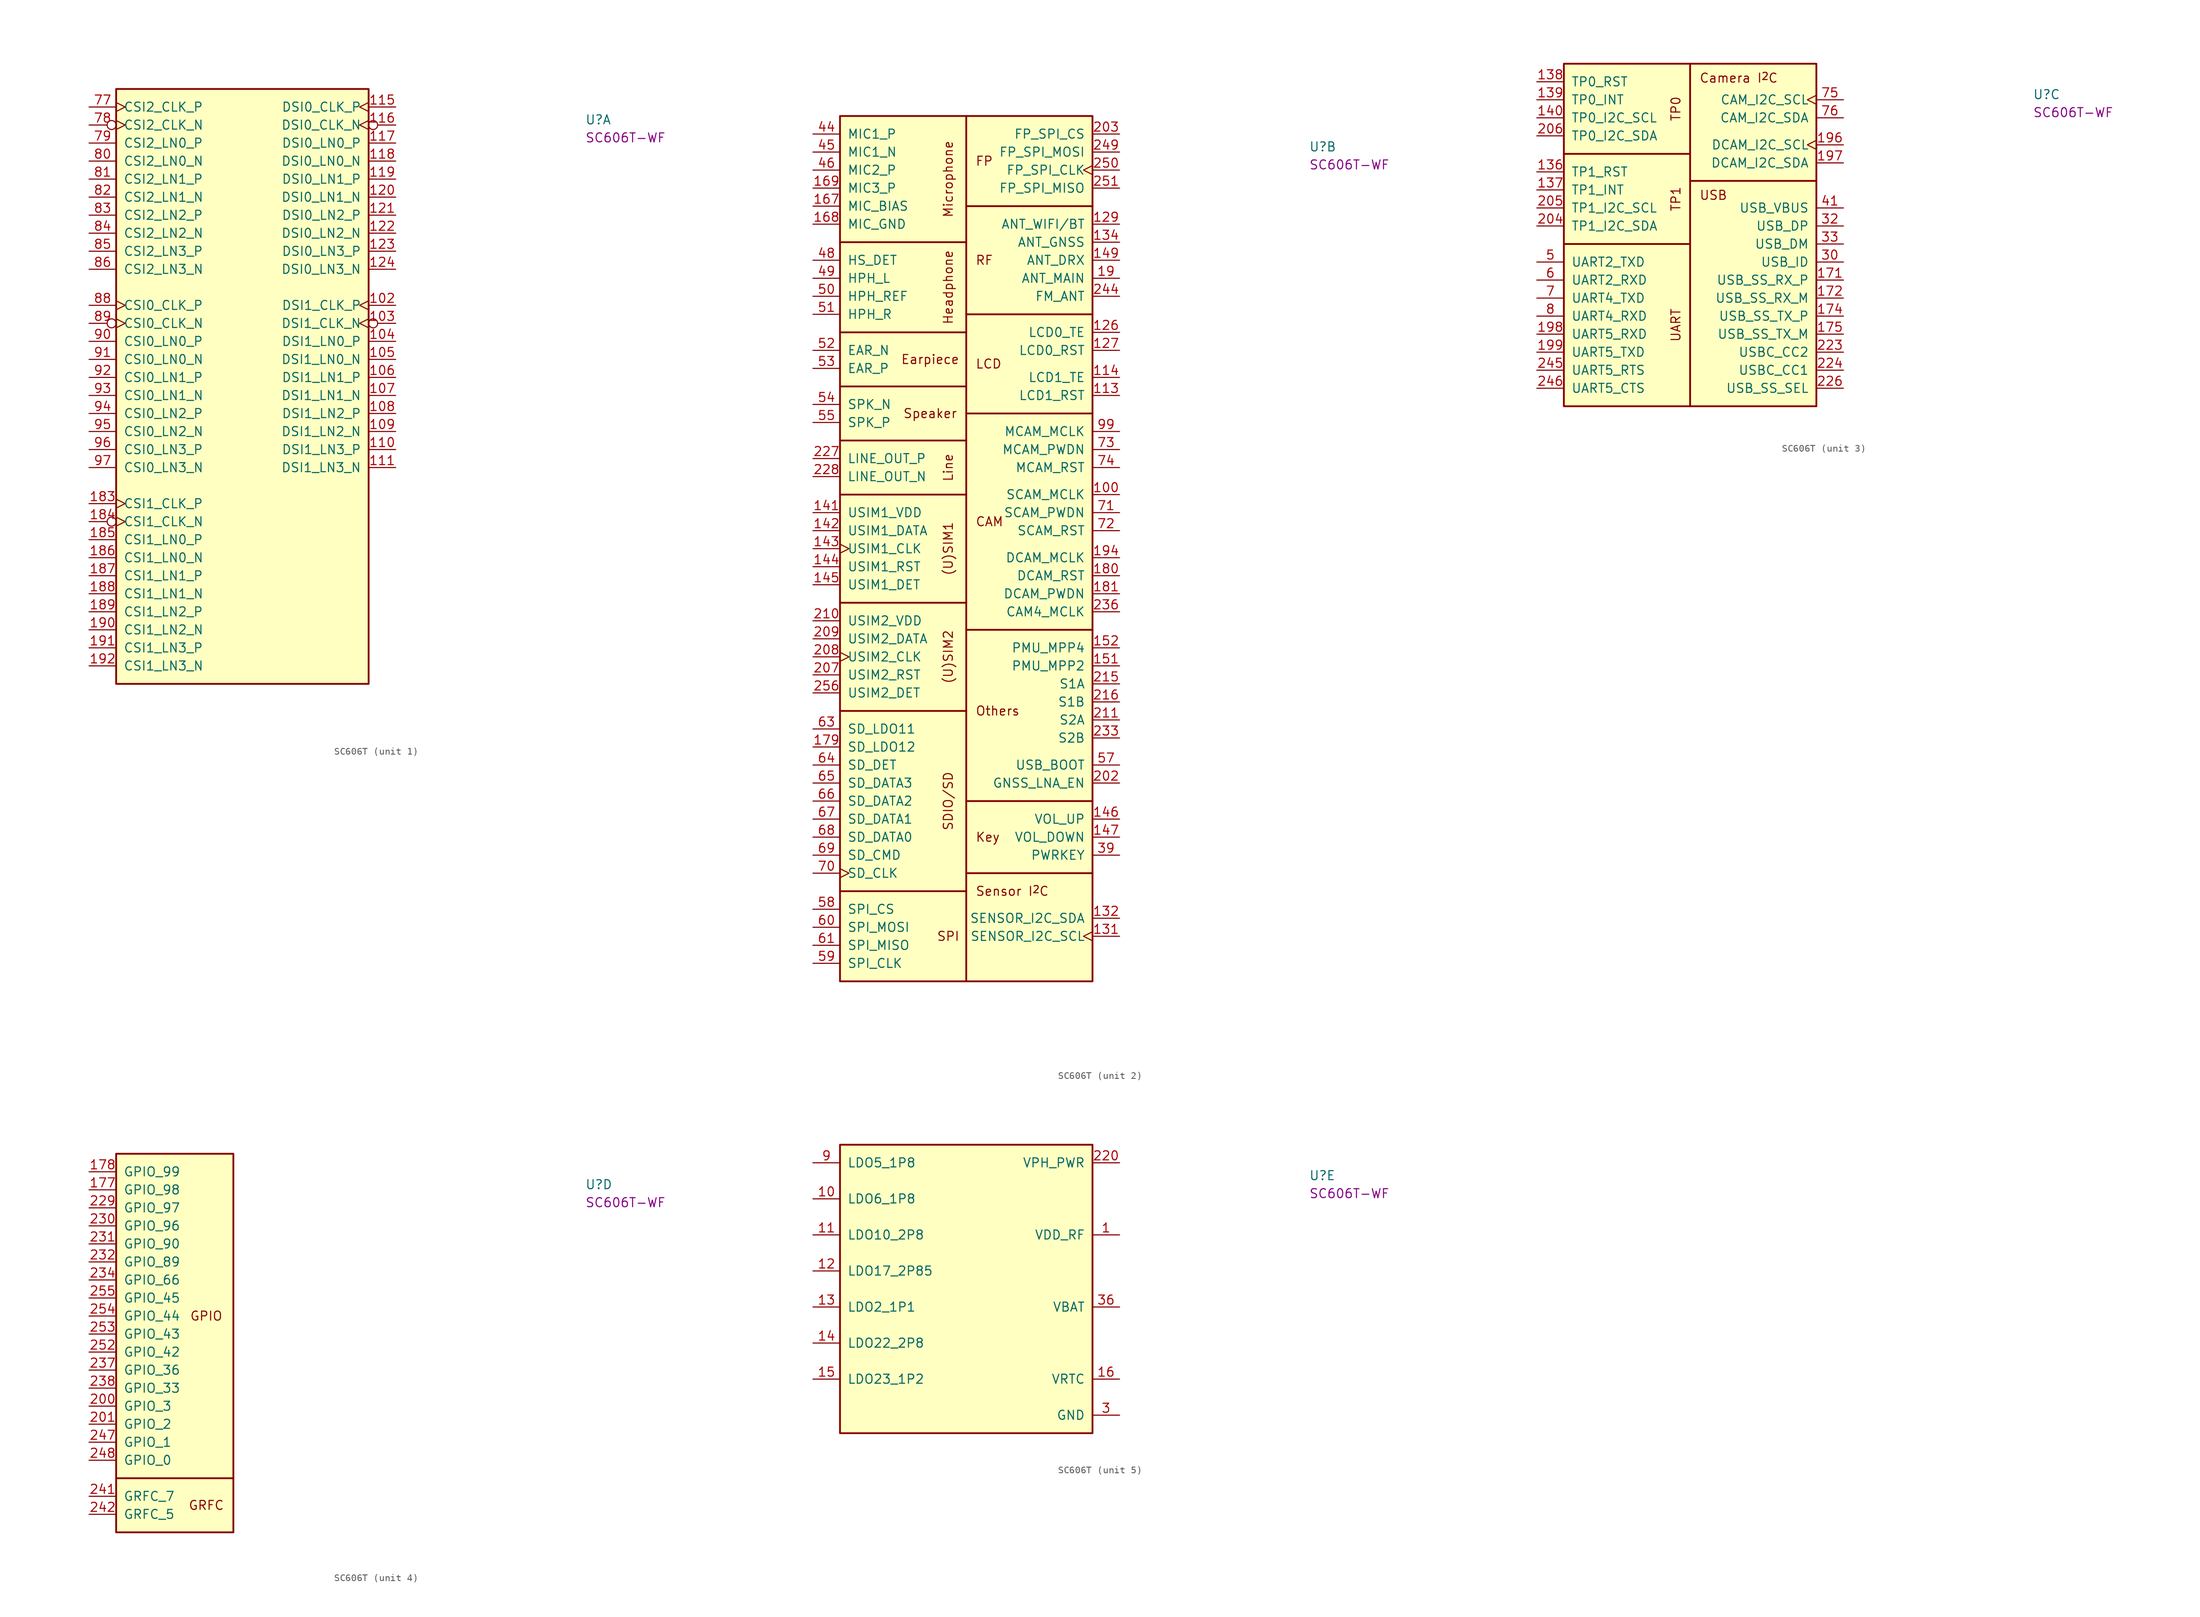
<source format=kicad_sym>
(kicad_symbol_lib
  (version 20220914)
  (generator kicad_symbol_editor)
  (symbol "SC606T"
    (pin_names
      (offset 1.016))
    (property "Reference" "U"
      (at 69.85 -2.54 0)
      (effects (font (size 1.27 1.27) (thickness 0.15)) (justify left bottom)))
    (property "MPN" "SC606T-WF"
      (at 69.85 -5.08 0)
      (effects (font (size 1.27 1.27) (thickness 0.15)) (justify left bottom)))
    (property "ki_locked" ""
      (at 0 0 0)
      (effects (font (size 1.27 1.27))))
    (symbol "SC606T_1_0"
      (rectangle (start 3.81 2.54) (end 39.37 -81.28) (stroke (width 0.254) (type default)) (fill (type background)))
      (pin output clock (at 43.18 -27.94 180) (length 3.81) (name "DSI1_CLK_P" (effects (font (size 1.27 1.27)))) (number "102" (effects (font (size 1.27 1.27)))))
      (pin output inverted_clock (at 43.18 -30.48 180) (length 3.81) (name "DSI1_CLK_N" (effects (font (size 1.27 1.27)))) (number "103" (effects (font (size 1.27 1.27)))))
      (pin output line (at 43.18 -33.02 180) (length 3.81) (name "DSI1_LN0_P" (effects (font (size 1.27 1.27)))) (number "104" (effects (font (size 1.27 1.27)))))
      (pin output line (at 43.18 -35.56 180) (length 3.81) (name "DSI1_LN0_N" (effects (font (size 1.27 1.27)))) (number "105" (effects (font (size 1.27 1.27)))))
      (pin output line (at 43.18 -38.1 180) (length 3.81) (name "DSI1_LN1_P" (effects (font (size 1.27 1.27)))) (number "106" (effects (font (size 1.27 1.27)))))
      (pin output line (at 43.18 -40.64 180) (length 3.81) (name "DSI1_LN1_N" (effects (font (size 1.27 1.27)))) (number "107" (effects (font (size 1.27 1.27)))))
      (pin output line (at 43.18 -43.18 180) (length 3.81) (name "DSI1_LN2_P" (effects (font (size 1.27 1.27)))) (number "108" (effects (font (size 1.27 1.27)))))
      (pin output line (at 43.18 -45.72 180) (length 3.81) (name "DSI1_LN2_N" (effects (font (size 1.27 1.27)))) (number "109" (effects (font (size 1.27 1.27)))))
      (pin output line (at 43.18 -48.26 180) (length 3.81) (name "DSI1_LN3_P" (effects (font (size 1.27 1.27)))) (number "110" (effects (font (size 1.27 1.27)))))
      (pin output line (at 43.18 -50.8 180) (length 3.81) (name "DSI1_LN3_N" (effects (font (size 1.27 1.27)))) (number "111" (effects (font (size 1.27 1.27)))))
      (pin output clock (at 43.18 0 180) (length 3.81) (name "DSI0_CLK_P" (effects (font (size 1.27 1.27)))) (number "115" (effects (font (size 1.27 1.27)))))
      (pin output inverted_clock (at 43.18 -2.54 180) (length 3.81) (name "DSI0_CLK_N" (effects (font (size 1.27 1.27)))) (number "116" (effects (font (size 1.27 1.27)))))
      (pin output line (at 43.18 -5.08 180) (length 3.81) (name "DSI0_LN0_P" (effects (font (size 1.27 1.27)))) (number "117" (effects (font (size 1.27 1.27)))))
      (pin output line (at 43.18 -7.62 180) (length 3.81) (name "DSI0_LN0_N" (effects (font (size 1.27 1.27)))) (number "118" (effects (font (size 1.27 1.27)))))
      (pin output line (at 43.18 -10.16 180) (length 3.81) (name "DSI0_LN1_P" (effects (font (size 1.27 1.27)))) (number "119" (effects (font (size 1.27 1.27)))))
      (pin output line (at 43.18 -12.7 180) (length 3.81) (name "DSI0_LN1_N" (effects (font (size 1.27 1.27)))) (number "120" (effects (font (size 1.27 1.27)))))
      (pin output line (at 43.18 -15.24 180) (length 3.81) (name "DSI0_LN2_P" (effects (font (size 1.27 1.27)))) (number "121" (effects (font (size 1.27 1.27)))))
      (pin output line (at 43.18 -17.78 180) (length 3.81) (name "DSI0_LN2_N" (effects (font (size 1.27 1.27)))) (number "122" (effects (font (size 1.27 1.27)))))
      (pin output line (at 43.18 -20.32 180) (length 3.81) (name "DSI0_LN3_P" (effects (font (size 1.27 1.27)))) (number "123" (effects (font (size 1.27 1.27)))))
      (pin output line (at 43.18 -22.86 180) (length 3.81) (name "DSI0_LN3_N" (effects (font (size 1.27 1.27)))) (number "124" (effects (font (size 1.27 1.27)))))
      (pin input clock (at 0 -55.88 0) (length 3.81) (name "CSI1_CLK_P" (effects (font (size 1.27 1.27)))) (number "183" (effects (font (size 1.27 1.27)))))
      (pin input inverted_clock (at 0 -58.42 0) (length 3.81) (name "CSI1_CLK_N" (effects (font (size 1.27 1.27)))) (number "184" (effects (font (size 1.27 1.27)))))
      (pin input line (at 0 -60.96 0) (length 3.81) (name "CSI1_LN0_P" (effects (font (size 1.27 1.27)))) (number "185" (effects (font (size 1.27 1.27)))))
      (pin input line (at 0 -63.5 0) (length 3.81) (name "CSI1_LN0_N" (effects (font (size 1.27 1.27)))) (number "186" (effects (font (size 1.27 1.27)))))
      (pin input line (at 0 -66.04 0) (length 3.81) (name "CSI1_LN1_P" (effects (font (size 1.27 1.27)))) (number "187" (effects (font (size 1.27 1.27)))))
      (pin input line (at 0 -68.58 0) (length 3.81) (name "CSI1_LN1_N" (effects (font (size 1.27 1.27)))) (number "188" (effects (font (size 1.27 1.27)))))
      (pin input line (at 0 -71.12 0) (length 3.81) (name "CSI1_LN2_P" (effects (font (size 1.27 1.27)))) (number "189" (effects (font (size 1.27 1.27)))))
      (pin input line (at 0 -73.66 0) (length 3.81) (name "CSI1_LN2_N" (effects (font (size 1.27 1.27)))) (number "190" (effects (font (size 1.27 1.27)))))
      (pin input line (at 0 -76.2 0) (length 3.81) (name "CSI1_LN3_P" (effects (font (size 1.27 1.27)))) (number "191" (effects (font (size 1.27 1.27)))))
      (pin input line (at 0 -78.74 0) (length 3.81) (name "CSI1_LN3_N" (effects (font (size 1.27 1.27)))) (number "192" (effects (font (size 1.27 1.27)))))
      (pin input clock (at 0 0 0) (length 3.81) (name "CSI2_CLK_P" (effects (font (size 1.27 1.27)))) (number "77" (effects (font (size 1.27 1.27)))))
      (pin input inverted_clock (at 0 -2.54 0) (length 3.81) (name "CSI2_CLK_N" (effects (font (size 1.27 1.27)))) (number "78" (effects (font (size 1.27 1.27)))))
      (pin input line (at 0 -5.08 0) (length 3.81) (name "CSI2_LN0_P" (effects (font (size 1.27 1.27)))) (number "79" (effects (font (size 1.27 1.27)))))
      (pin input line (at 0 -7.62 0) (length 3.81) (name "CSI2_LN0_N" (effects (font (size 1.27 1.27)))) (number "80" (effects (font (size 1.27 1.27)))))
      (pin input line (at 0 -10.16 0) (length 3.81) (name "CSI2_LN1_P" (effects (font (size 1.27 1.27)))) (number "81" (effects (font (size 1.27 1.27)))))
      (pin input line (at 0 -12.7 0) (length 3.81) (name "CSI2_LN1_N" (effects (font (size 1.27 1.27)))) (number "82" (effects (font (size 1.27 1.27)))))
      (pin input line (at 0 -15.24 0) (length 3.81) (name "CSI2_LN2_P" (effects (font (size 1.27 1.27)))) (number "83" (effects (font (size 1.27 1.27)))))
      (pin input line (at 0 -17.78 0) (length 3.81) (name "CSI2_LN2_N" (effects (font (size 1.27 1.27)))) (number "84" (effects (font (size 1.27 1.27)))))
      (pin input line (at 0 -20.32 0) (length 3.81) (name "CSI2_LN3_P" (effects (font (size 1.27 1.27)))) (number "85" (effects (font (size 1.27 1.27)))))
      (pin input line (at 0 -22.86 0) (length 3.81) (name "CSI2_LN3_N" (effects (font (size 1.27 1.27)))) (number "86" (effects (font (size 1.27 1.27)))))
      (pin input clock (at 0 -27.94 0) (length 3.81) (name "CSI0_CLK_P" (effects (font (size 1.27 1.27)))) (number "88" (effects (font (size 1.27 1.27)))))
      (pin input inverted_clock (at 0 -30.48 0) (length 3.81) (name "CSI0_CLK_N" (effects (font (size 1.27 1.27)))) (number "89" (effects (font (size 1.27 1.27)))))
      (pin input line (at 0 -33.02 0) (length 3.81) (name "CSI0_LN0_P" (effects (font (size 1.27 1.27)))) (number "90" (effects (font (size 1.27 1.27)))))
      (pin input line (at 0 -35.56 0) (length 3.81) (name "CSI0_LN0_N" (effects (font (size 1.27 1.27)))) (number "91" (effects (font (size 1.27 1.27)))))
      (pin input line (at 0 -38.1 0) (length 3.81) (name "CSI0_LN1_P" (effects (font (size 1.27 1.27)))) (number "92" (effects (font (size 1.27 1.27)))))
      (pin input line (at 0 -40.64 0) (length 3.81) (name "CSI0_LN1_N" (effects (font (size 1.27 1.27)))) (number "93" (effects (font (size 1.27 1.27)))))
      (pin input line (at 0 -43.18 0) (length 3.81) (name "CSI0_LN2_P" (effects (font (size 1.27 1.27)))) (number "94" (effects (font (size 1.27 1.27)))))
      (pin input line (at 0 -45.72 0) (length 3.81) (name "CSI0_LN2_N" (effects (font (size 1.27 1.27)))) (number "95" (effects (font (size 1.27 1.27)))))
      (pin input line (at 0 -48.26 0) (length 3.81) (name "CSI0_LN3_P" (effects (font (size 1.27 1.27)))) (number "96" (effects (font (size 1.27 1.27)))))
      (pin input line (at 0 -50.8 0) (length 3.81) (name "CSI0_LN3_N" (effects (font (size 1.27 1.27)))) (number "97" (effects (font (size 1.27 1.27))))))
    (symbol "SC606T_2_0"
      (polyline (pts (xy 3.81 -106.68) (xy 21.59 -106.68)) (stroke (width 0.254) (type default)) (fill (type none)))
      (polyline (pts (xy 3.81 -81.28) (xy 21.59 -81.28)) (stroke (width 0.254) (type default)) (fill (type none)))
      (polyline (pts (xy 3.81 -66.04) (xy 21.59 -66.04)) (stroke (width 0.254) (type default)) (fill (type none)))
      (polyline (pts (xy 3.81 -50.8) (xy 21.59 -50.8)) (stroke (width 0.254) (type default)) (fill (type none)))
      (polyline (pts (xy 3.81 -43.18) (xy 21.59 -43.18)) (stroke (width 0.254) (type default)) (fill (type none)))
      (polyline (pts (xy 3.81 -35.56) (xy 21.59 -35.56)) (stroke (width 0.254) (type default)) (fill (type none)))
      (polyline (pts (xy 3.81 -27.94) (xy 21.59 -27.94)) (stroke (width 0.254) (type default)) (fill (type none)))
      (polyline (pts (xy 3.81 -15.24) (xy 21.59 -15.24)) (stroke (width 0.254) (type default)) (fill (type none)))
      (polyline (pts (xy 21.59 -69.85) (xy 39.37 -69.85)) (stroke (width 0.254) (type default)) (fill (type none)))
      (polyline (pts (xy 21.59 -39.37) (xy 39.37 -39.37)) (stroke (width 0.254) (type default)) (fill (type none)))
      (polyline (pts (xy 21.59 -25.4) (xy 39.37 -25.4)) (stroke (width 0.254) (type default)) (fill (type none)))
      (polyline (pts (xy 21.59 -10.16) (xy 39.37 -10.16)) (stroke (width 0.254) (type default)) (fill (type none)))
      (polyline (pts (xy 21.59 2.54) (xy 21.59 -119.38)) (stroke (width 0.254) (type default)) (fill (type none)))
      (polyline (pts (xy 39.37 -104.14) (xy 21.59 -104.14)) (stroke (width 0.254) (type default)) (fill (type none)))
      (polyline (pts (xy 39.37 -93.98) (xy 21.59 -93.98)) (stroke (width 0.254) (type default)) (fill (type none)))
      (rectangle (start 3.81 2.54) (end 39.37 -119.38) (stroke (width 0.254) (type default)) (fill (type background)))
      (text "(U)SIM1" (at 19.05 -58.42 900) (effects (font (size 1.27 1.27))))
      (text "(U)SIM2" (at 19.05 -73.66 900) (effects (font (size 1.27 1.27))))
      (text "CAM" (at 22.86 -54.61 0) (effects (font (size 1.27 1.27)) (justify left)))
      (text "Earpiece" (at 16.51 -31.75 0) (effects (font (size 1.27 1.27))))
      (text "FP" (at 24.13 -3.81 0) (effects (font (size 1.27 1.27))))
      (text "Headphone" (at 19.05 -21.59 900) (effects (font (size 1.27 1.27))))
      (text "Key" (at 22.86 -99.06 0) (effects (font (size 1.27 1.27)) (justify left)))
      (text "LCD" (at 22.86 -32.385 0) (effects (font (size 1.27 1.27)) (justify left)))
      (text "Line" (at 19.05 -46.99 900) (effects (font (size 1.27 1.27))))
      (text "Microphone" (at 19.05 -6.35 900) (effects (font (size 1.27 1.27))))
      (text "Others" (at 22.86 -81.28 0) (effects (font (size 1.27 1.27)) (justify left)))
      (text "RF" (at 24.13 -17.78 0) (effects (font (size 1.27 1.27))))
      (text "SDIO/SD" (at 19.05 -93.98 900) (effects (font (size 1.27 1.27))))
      (text "Sensor I^{2}C" (at 22.86 -106.68 0) (effects (font (size 1.27 1.27)) (justify left)))
      (text "Speaker" (at 16.51 -39.37 0) (effects (font (size 1.27 1.27))))
      (text "SPI" (at 19.05 -113.03 0) (effects (font (size 1.27 1.27))))
      (pin bidirectional line (at 43.18 -50.8 180) (length 3.81) (name "SCAM_MCLK" (effects (font (size 1.27 1.27)))) (number "100" (effects (font (size 1.27 1.27)))))
      (pin output line (at 43.18 -36.83 180) (length 3.81) (name "LCD1_RST" (effects (font (size 1.27 1.27)))) (number "113" (effects (font (size 1.27 1.27)))))
      (pin input line (at 43.18 -34.29 180) (length 3.81) (name "LCD1_TE" (effects (font (size 1.27 1.27)))) (number "114" (effects (font (size 1.27 1.27)))))
      (pin input line (at 43.18 -27.94 180) (length 3.81) (name "LCD0_TE" (effects (font (size 1.27 1.27)))) (number "126" (effects (font (size 1.27 1.27)))))
      (pin output line (at 43.18 -30.48 180) (length 3.81) (name "LCD0_RST" (effects (font (size 1.27 1.27)))) (number "127" (effects (font (size 1.27 1.27)))))
      (pin bidirectional line (at 43.18 -12.7 180) (length 3.81) (name "ANT_WIFI/BT" (effects (font (size 1.27 1.27)))) (number "129" (effects (font (size 1.27 1.27)))))
      (pin open_collector clock (at 43.18 -113.03 180) (length 3.81) (name "SENSOR_I2C_SCL" (effects (font (size 1.27 1.27)))) (number "131" (effects (font (size 1.27 1.27)))))
      (pin open_collector line (at 43.18 -110.49 180) (length 3.81) (name "SENSOR_I2C_SDA" (effects (font (size 1.27 1.27)))) (number "132" (effects (font (size 1.27 1.27)))))
      (pin input line (at 43.18 -15.24 180) (length 3.81) (name "ANT_GNSS" (effects (font (size 1.27 1.27)))) (number "134" (effects (font (size 1.27 1.27)))))
      (pin power_out line (at 0 -53.34 0) (length 3.81) (name "USIM1_VDD" (effects (font (size 1.27 1.27)))) (number "141" (effects (font (size 1.27 1.27)))))
      (pin bidirectional line (at 0 -55.88 0) (length 3.81) (name "USIM1_DATA" (effects (font (size 1.27 1.27)))) (number "142" (effects (font (size 1.27 1.27)))))
      (pin output clock (at 0 -58.42 0) (length 3.81) (name "USIM1_CLK" (effects (font (size 1.27 1.27)))) (number "143" (effects (font (size 1.27 1.27)))))
      (pin output line (at 0 -60.96 0) (length 3.81) (name "USIM1_RST" (effects (font (size 1.27 1.27)))) (number "144" (effects (font (size 1.27 1.27)))))
      (pin input line (at 0 -63.5 0) (length 3.81) (name "USIM1_DET" (effects (font (size 1.27 1.27)))) (number "145" (effects (font (size 1.27 1.27)))))
      (pin input line (at 43.18 -96.52 180) (length 3.81) (name "VOL_UP" (effects (font (size 1.27 1.27)))) (number "146" (effects (font (size 1.27 1.27)))))
      (pin input line (at 43.18 -99.06 180) (length 3.81) (name "VOL_DOWN" (effects (font (size 1.27 1.27)))) (number "147" (effects (font (size 1.27 1.27)))))
      (pin input line (at 43.18 -17.78 180) (length 3.81) (name "ANT_DRX" (effects (font (size 1.27 1.27)))) (number "149" (effects (font (size 1.27 1.27)))))
      (pin input line (at 43.18 -74.93 180) (length 3.81) (name "PMU_MPP2" (effects (font (size 1.27 1.27)))) (number "151" (effects (font (size 1.27 1.27)))))
      (pin output line (at 43.18 -72.39 180) (length 3.81) (name "PMU_MPP4" (effects (font (size 1.27 1.27)))) (number "152" (effects (font (size 1.27 1.27)))))
      (pin power_out line (at 0 -10.16 0) (length 3.81) (name "MIC_BIAS" (effects (font (size 1.27 1.27)))) (number "167" (effects (font (size 1.27 1.27)))))
      (pin input line (at 0 -12.7 0) (length 3.81) (name "MIC_GND" (effects (font (size 1.27 1.27)))) (number "168" (effects (font (size 1.27 1.27)))))
      (pin input line (at 0 -7.62 0) (length 3.81) (name "MIC3_P" (effects (font (size 1.27 1.27)))) (number "169" (effects (font (size 1.27 1.27)))))
      (pin power_out line (at 0 -86.36 0) (length 3.81) (name "SD_LDO12" (effects (font (size 1.27 1.27)))) (number "179" (effects (font (size 1.27 1.27)))))
      (pin bidirectional line (at 43.18 -62.23 180) (length 3.81) (name "DCAM_RST" (effects (font (size 1.27 1.27)))) (number "180" (effects (font (size 1.27 1.27)))))
      (pin bidirectional line (at 43.18 -64.77 180) (length 3.81) (name "DCAM_PWDN" (effects (font (size 1.27 1.27)))) (number "181" (effects (font (size 1.27 1.27)))))
      (pin bidirectional line (at 43.18 -20.32 180) (length 3.81) (name "ANT_MAIN" (effects (font (size 1.27 1.27)))) (number "19" (effects (font (size 1.27 1.27)))))
      (pin bidirectional line (at 43.18 -59.69 180) (length 3.81) (name "DCAM_MCLK" (effects (font (size 1.27 1.27)))) (number "194" (effects (font (size 1.27 1.27)))))
      (pin output line (at 43.18 -91.44 180) (length 3.81) (name "GNSS_LNA_EN" (effects (font (size 1.27 1.27)))) (number "202" (effects (font (size 1.27 1.27)))))
      (pin bidirectional line (at 43.18 0 180) (length 3.81) (name "FP_SPI_CS" (effects (font (size 1.27 1.27)))) (number "203" (effects (font (size 1.27 1.27)))))
      (pin output line (at 0 -76.2 0) (length 3.81) (name "USIM2_RST" (effects (font (size 1.27 1.27)))) (number "207" (effects (font (size 1.27 1.27)))))
      (pin output clock (at 0 -73.66 0) (length 3.81) (name "USIM2_CLK" (effects (font (size 1.27 1.27)))) (number "208" (effects (font (size 1.27 1.27)))))
      (pin bidirectional line (at 0 -71.12 0) (length 3.81) (name "USIM2_DATA" (effects (font (size 1.27 1.27)))) (number "209" (effects (font (size 1.27 1.27)))))
      (pin power_out line (at 0 -68.58 0) (length 3.81) (name "USIM2_VDD" (effects (font (size 1.27 1.27)))) (number "210" (effects (font (size 1.27 1.27)))))
      (pin bidirectional line (at 43.18 -82.55 180) (length 3.81) (name "S2A" (effects (font (size 1.27 1.27)))) (number "211" (effects (font (size 1.27 1.27)))))
      (pin bidirectional line (at 43.18 -77.47 180) (length 3.81) (name "S1A" (effects (font (size 1.27 1.27)))) (number "215" (effects (font (size 1.27 1.27)))))
      (pin bidirectional line (at 43.18 -80.01 180) (length 3.81) (name "S1B" (effects (font (size 1.27 1.27)))) (number "216" (effects (font (size 1.27 1.27)))))
      (pin output line (at 0 -45.72 0) (length 3.81) (name "LINE_OUT_P" (effects (font (size 1.27 1.27)))) (number "227" (effects (font (size 1.27 1.27)))))
      (pin output line (at 0 -48.26 0) (length 3.81) (name "LINE_OUT_N" (effects (font (size 1.27 1.27)))) (number "228" (effects (font (size 1.27 1.27)))))
      (pin bidirectional line (at 43.18 -85.09 180) (length 3.81) (name "S2B" (effects (font (size 1.27 1.27)))) (number "233" (effects (font (size 1.27 1.27)))))
      (pin bidirectional line (at 43.18 -67.31 180) (length 3.81) (name "CAM4_MCLK" (effects (font (size 1.27 1.27)))) (number "236" (effects (font (size 1.27 1.27)))))
      (pin input line (at 43.18 -22.86 180) (length 3.81) (name "FM_ANT" (effects (font (size 1.27 1.27)))) (number "244" (effects (font (size 1.27 1.27)))))
      (pin input line (at 43.18 -101.6 180) (length 3.81) (name "PWRKEY" (effects (font (size 1.27 1.27)))) (number "39" (effects (font (size 1.27 1.27)))))
      (pin input line (at 0 0 0) (length 3.81) (name "MIC1_P" (effects (font (size 1.27 1.27)))) (number "44" (effects (font (size 1.27 1.27)))))
      (pin input line (at 0 -2.54 0) (length 3.81) (name "MIC1_N" (effects (font (size 1.27 1.27)))) (number "45" (effects (font (size 1.27 1.27)))))
      (pin input line (at 0 -5.08 0) (length 3.81) (name "MIC2_P" (effects (font (size 1.27 1.27)))) (number "46" (effects (font (size 1.27 1.27)))))
      (pin input line (at 0 -17.78 0) (length 3.81) (name "HS_DET" (effects (font (size 1.27 1.27)))) (number "48" (effects (font (size 1.27 1.27)))))
      (pin output line (at 0 -20.32 0) (length 3.81) (name "HPH_L" (effects (font (size 1.27 1.27)))) (number "49" (effects (font (size 1.27 1.27)))))
      (pin input line (at 0 -22.86 0) (length 3.81) (name "HPH_REF" (effects (font (size 1.27 1.27)))) (number "50" (effects (font (size 1.27 1.27)))))
      (pin output line (at 0 -25.4 0) (length 3.81) (name "HPH_R" (effects (font (size 1.27 1.27)))) (number "51" (effects (font (size 1.27 1.27)))))
      (pin output line (at 0 -30.48 0) (length 3.81) (name "EAR_N" (effects (font (size 1.27 1.27)))) (number "52" (effects (font (size 1.27 1.27)))))
      (pin output line (at 0 -33.02 0) (length 3.81) (name "EAR_P" (effects (font (size 1.27 1.27)))) (number "53" (effects (font (size 1.27 1.27)))))
      (pin output line (at 0 -38.1 0) (length 3.81) (name "SPK_N" (effects (font (size 1.27 1.27)))) (number "54" (effects (font (size 1.27 1.27)))))
      (pin output line (at 0 -40.64 0) (length 3.81) (name "SPK_P" (effects (font (size 1.27 1.27)))) (number "55" (effects (font (size 1.27 1.27)))))
      (pin input line (at 43.18 -88.9 180) (length 3.81) (name "USB_BOOT" (effects (font (size 1.27 1.27)))) (number "57" (effects (font (size 1.27 1.27)))))
      (pin bidirectional line (at 0 -109.22 0) (length 3.81) (name "SPI_CS" (effects (font (size 1.27 1.27)))) (number "58" (effects (font (size 1.27 1.27)))))
      (pin bidirectional line (at 0 -116.84 0) (length 3.81) (name "SPI_CLK" (effects (font (size 1.27 1.27)))) (number "59" (effects (font (size 1.27 1.27)))))
      (pin bidirectional line (at 0 -111.76 0) (length 3.81) (name "SPI_MOSI" (effects (font (size 1.27 1.27)))) (number "60" (effects (font (size 1.27 1.27)))))
      (pin bidirectional line (at 0 -114.3 0) (length 3.81) (name "SPI_MISO" (effects (font (size 1.27 1.27)))) (number "61" (effects (font (size 1.27 1.27)))))
      (pin power_out line (at 0 -83.82 0) (length 3.81) (name "SD_LDO11" (effects (font (size 1.27 1.27)))) (number "63" (effects (font (size 1.27 1.27)))))
      (pin bidirectional line (at 0 -88.9 0) (length 3.81) (name "SD_DET" (effects (font (size 1.27 1.27)))) (number "64" (effects (font (size 1.27 1.27)))))
      (pin bidirectional line (at 0 -91.44 0) (length 3.81) (name "SD_DATA3" (effects (font (size 1.27 1.27)))) (number "65" (effects (font (size 1.27 1.27)))))
      (pin bidirectional line (at 0 -93.98 0) (length 3.81) (name "SD_DATA2" (effects (font (size 1.27 1.27)))) (number "66" (effects (font (size 1.27 1.27)))))
      (pin bidirectional line (at 0 -96.52 0) (length 3.81) (name "SD_DATA1" (effects (font (size 1.27 1.27)))) (number "67" (effects (font (size 1.27 1.27)))))
      (pin bidirectional line (at 0 -99.06 0) (length 3.81) (name "SD_DATA0" (effects (font (size 1.27 1.27)))) (number "68" (effects (font (size 1.27 1.27)))))
      (pin bidirectional line (at 0 -101.6 0) (length 3.81) (name "SD_CMD" (effects (font (size 1.27 1.27)))) (number "69" (effects (font (size 1.27 1.27)))))
      (pin output clock (at 0 -104.14 0) (length 3.81) (name "SD_CLK" (effects (font (size 1.27 1.27)))) (number "70" (effects (font (size 1.27 1.27)))))
      (pin bidirectional line (at 43.18 -53.34 180) (length 3.81) (name "SCAM_PWDN" (effects (font (size 1.27 1.27)))) (number "71" (effects (font (size 1.27 1.27)))))
      (pin bidirectional line (at 43.18 -55.88 180) (length 3.81) (name "SCAM_RST" (effects (font (size 1.27 1.27)))) (number "72" (effects (font (size 1.27 1.27)))))
      (pin bidirectional line (at 43.18 -44.45 180) (length 3.81) (name "MCAM_PWDN" (effects (font (size 1.27 1.27)))) (number "73" (effects (font (size 1.27 1.27)))))
      (pin bidirectional line (at 43.18 -46.99 180) (length 3.81) (name "MCAM_RST" (effects (font (size 1.27 1.27)))) (number "74" (effects (font (size 1.27 1.27)))))
      (pin bidirectional line (at 43.18 -41.91 180) (length 3.81) (name "MCAM_MCLK" (effects (font (size 1.27 1.27)))) (number "99" (effects (font (size 1.27 1.27))))))
    (symbol "SC606T_2_1"
      (pin bidirectional line (at 43.18 -2.54 180) (length 3.81) (name "FP_SPI_MOSI" (effects (font (size 1.27 1.27)))) (number "249" (effects (font (size 1.27 1.27)))))
      (pin bidirectional clock (at 43.18 -5.08 180) (length 3.81) (name "FP_SPI_CLK" (effects (font (size 1.27 1.27)))) (number "250" (effects (font (size 1.27 1.27)))))
      (pin bidirectional line (at 43.18 -7.62 180) (length 3.81) (name "FP_SPI_MISO" (effects (font (size 1.27 1.27)))) (number "251" (effects (font (size 1.27 1.27)))))
      (pin bidirectional line (at 0 -78.74 0) (length 3.81) (name "USIM2_DET" (effects (font (size 1.27 1.27)))) (number "256" (effects (font (size 1.27 1.27))))))
    (symbol "SC606T_3_0"
      (polyline (pts (xy 3.81 -22.86) (xy 21.59 -22.86)) (stroke (width 0.254) (type default)) (fill (type none)))
      (polyline (pts (xy 3.81 -10.16) (xy 21.59 -10.16)) (stroke (width 0.254) (type default)) (fill (type none)))
      (polyline (pts (xy 21.59 -13.97) (xy 39.37 -13.97)) (stroke (width 0.254) (type default)) (fill (type none)))
      (polyline (pts (xy 21.59 2.54) (xy 21.59 -45.72)) (stroke (width 0.254) (type default)) (fill (type none)))
      (rectangle (start 3.81 2.54) (end 39.37 -45.72) (stroke (width 0.254) (type default)) (fill (type background)))
      (text "Camera I^{2}C" (at 22.86 1.27 0) (effects (font (size 1.27 1.27)) (justify left top)))
      (text "TP0" (at 20.32 -3.81 900) (effects (font (size 1.27 1.27)) (justify bottom)))
      (text "TP1" (at 20.32 -16.51 900) (effects (font (size 1.27 1.27)) (justify bottom)))
      (text "UART" (at 20.32 -34.29 900) (effects (font (size 1.27 1.27)) (justify bottom)))
      (text "USB" (at 22.86 -15.24 0) (effects (font (size 1.27 1.27)) (justify left top)))
      (pin bidirectional line (at 0 -12.7 0) (length 3.81) (name "TP1_RST" (effects (font (size 1.27 1.27)))) (number "136" (effects (font (size 1.27 1.27)))))
      (pin bidirectional line (at 0 -15.24 0) (length 3.81) (name "TP1_INT" (effects (font (size 1.27 1.27)))) (number "137" (effects (font (size 1.27 1.27)))))
      (pin bidirectional line (at 0 0 0) (length 3.81) (name "TP0_RST" (effects (font (size 1.27 1.27)))) (number "138" (effects (font (size 1.27 1.27)))))
      (pin bidirectional line (at 0 -2.54 0) (length 3.81) (name "TP0_INT" (effects (font (size 1.27 1.27)))) (number "139" (effects (font (size 1.27 1.27)))))
      (pin output line (at 0 -5.08 0) (length 3.81) (name "TP0_I2C_SCL" (effects (font (size 1.27 1.27)))) (number "140" (effects (font (size 1.27 1.27)))))
      (pin input line (at 43.18 -27.94 180) (length 3.81) (name "USB_SS_RX_P" (effects (font (size 1.27 1.27)))) (number "171" (effects (font (size 1.27 1.27)))))
      (pin input line (at 43.18 -30.48 180) (length 3.81) (name "USB_SS_RX_M" (effects (font (size 1.27 1.27)))) (number "172" (effects (font (size 1.27 1.27)))))
      (pin output line (at 43.18 -33.02 180) (length 3.81) (name "USB_SS_TX_P" (effects (font (size 1.27 1.27)))) (number "174" (effects (font (size 1.27 1.27)))))
      (pin output line (at 43.18 -35.56 180) (length 3.81) (name "USB_SS_TX_M" (effects (font (size 1.27 1.27)))) (number "175" (effects (font (size 1.27 1.27)))))
      (pin open_collector clock (at 43.18 -8.89 180) (length 3.81) (name "DCAM_I2C_SCL" (effects (font (size 1.27 1.27)))) (number "196" (effects (font (size 1.27 1.27)))))
      (pin open_collector line (at 43.18 -11.43 180) (length 3.81) (name "DCAM_I2C_SDA" (effects (font (size 1.27 1.27)))) (number "197" (effects (font (size 1.27 1.27)))))
      (pin bidirectional line (at 0 -35.56 0) (length 3.81) (name "UART5_RXD" (effects (font (size 1.27 1.27)))) (number "198" (effects (font (size 1.27 1.27)))))
      (pin bidirectional line (at 0 -38.1 0) (length 3.81) (name "UART5_TXD" (effects (font (size 1.27 1.27)))) (number "199" (effects (font (size 1.27 1.27)))))
      (pin bidirectional line (at 0 -20.32 0) (length 3.81) (name "TP1_I2C_SDA" (effects (font (size 1.27 1.27)))) (number "204" (effects (font (size 1.27 1.27)))))
      (pin output line (at 0 -17.78 0) (length 3.81) (name "TP1_I2C_SCL" (effects (font (size 1.27 1.27)))) (number "205" (effects (font (size 1.27 1.27)))))
      (pin bidirectional line (at 0 -7.62 0) (length 3.81) (name "TP0_I2C_SDA" (effects (font (size 1.27 1.27)))) (number "206" (effects (font (size 1.27 1.27)))))
      (pin input line (at 43.18 -38.1 180) (length 3.81) (name "USBC_CC2" (effects (font (size 1.27 1.27)))) (number "223" (effects (font (size 1.27 1.27)))))
      (pin input line (at 43.18 -40.64 180) (length 3.81) (name "USBC_CC1" (effects (font (size 1.27 1.27)))) (number "224" (effects (font (size 1.27 1.27)))))
      (pin bidirectional line (at 43.18 -43.18 180) (length 3.81) (name "USB_SS_SEL" (effects (font (size 1.27 1.27)))) (number "226" (effects (font (size 1.27 1.27)))))
      (pin output line (at 43.18 -25.4 180) (length 3.81) (name "USB_ID" (effects (font (size 1.27 1.27)))) (number "30" (effects (font (size 1.27 1.27)))))
      (pin bidirectional line (at 43.18 -20.32 180) (length 3.81) (name "USB_DP" (effects (font (size 1.27 1.27)))) (number "32" (effects (font (size 1.27 1.27)))))
      (pin bidirectional line (at 43.18 -22.86 180) (length 3.81) (name "USB_DM" (effects (font (size 1.27 1.27)))) (number "33" (effects (font (size 1.27 1.27)))))
      (pin input line (at 43.18 -17.78 180) (length 3.81) (name "USB_VBUS" (effects (font (size 1.27 1.27)))) (number "41" (effects (font (size 1.27 1.27)))))
      (pin passive line (at 43.18 -17.78 180) (length 3.81) hide (name "USB_VBUS" (effects (font (size 1.27 1.27)))) (number "42" (effects (font (size 1.27 1.27)))))
      (pin output line (at 0 -25.4 0) (length 3.81) (name "UART2_TXD" (effects (font (size 1.27 1.27)))) (number "5" (effects (font (size 1.27 1.27)))))
      (pin input line (at 0 -27.94 0) (length 3.81) (name "UART2_RXD" (effects (font (size 1.27 1.27)))) (number "6" (effects (font (size 1.27 1.27)))))
      (pin bidirectional line (at 0 -30.48 0) (length 3.81) (name "UART4_TXD" (effects (font (size 1.27 1.27)))) (number "7" (effects (font (size 1.27 1.27)))))
      (pin open_collector clock (at 43.18 -2.54 180) (length 3.81) (name "CAM_I2C_SCL" (effects (font (size 1.27 1.27)))) (number "75" (effects (font (size 1.27 1.27)))))
      (pin open_collector line (at 43.18 -5.08 180) (length 3.81) (name "CAM_I2C_SDA" (effects (font (size 1.27 1.27)))) (number "76" (effects (font (size 1.27 1.27)))))
      (pin bidirectional line (at 0 -33.02 0) (length 3.81) (name "UART4_RXD" (effects (font (size 1.27 1.27)))) (number "8" (effects (font (size 1.27 1.27))))))
    (symbol "SC606T_3_1"
      (pin bidirectional line (at 0 -40.64 0) (length 3.81) (name "UART5_RTS" (effects (font (size 1.27 1.27)))) (number "245" (effects (font (size 1.27 1.27)))))
      (pin bidirectional line (at 0 -43.18 0) (length 3.81) (name "UART5_CTS" (effects (font (size 1.27 1.27)))) (number "246" (effects (font (size 1.27 1.27))))))
    (symbol "SC606T_4_0"
      (rectangle (start 3.81 2.54) (end 20.32 -50.8) (stroke (width 0.254) (type default)) (fill (type background)))
      (text "GPIO" (at 16.51 -20.32 0) (effects (font (size 1.27 1.27))))
      (text "GRFC" (at 16.51 -46.99 0) (effects (font (size 1.27 1.27))))
      (pin no_connect line (at 20.32 -24.13 180) (length 3.81) hide (name "RESERVED" (effects (font (size 1.27 1.27)))) (number "153" (effects (font (size 1.27 1.27)))))
      (pin no_connect line (at 20.32 -22.86 180) (length 3.81) hide (name "RESERVED" (effects (font (size 1.27 1.27)))) (number "154" (effects (font (size 1.27 1.27)))))
      (pin no_connect line (at 20.32 -21.59 180) (length 3.81) hide (name "RESERVED" (effects (font (size 1.27 1.27)))) (number "155" (effects (font (size 1.27 1.27)))))
      (pin no_connect line (at 20.32 -20.32 180) (length 3.81) hide (name "RESERVED" (effects (font (size 1.27 1.27)))) (number "156" (effects (font (size 1.27 1.27)))))
      (pin no_connect line (at 20.32 -19.05 180) (length 3.81) hide (name "RESERVED" (effects (font (size 1.27 1.27)))) (number "157" (effects (font (size 1.27 1.27)))))
      (pin no_connect line (at 20.32 -17.78 180) (length 3.81) hide (name "RESERVED" (effects (font (size 1.27 1.27)))) (number "158" (effects (font (size 1.27 1.27)))))
      (pin no_connect line (at 20.32 -16.51 180) (length 3.81) hide (name "RESERVED" (effects (font (size 1.27 1.27)))) (number "161" (effects (font (size 1.27 1.27)))))
      (pin no_connect line (at 20.32 -15.24 180) (length 3.81) hide (name "RESERVED" (effects (font (size 1.27 1.27)))) (number "162" (effects (font (size 1.27 1.27)))))
      (pin no_connect line (at 20.32 -13.97 180) (length 3.81) hide (name "RESERVED" (effects (font (size 1.27 1.27)))) (number "164" (effects (font (size 1.27 1.27)))))
      (pin no_connect line (at 20.32 -12.7 180) (length 3.81) hide (name "RESERVED" (effects (font (size 1.27 1.27)))) (number "165" (effects (font (size 1.27 1.27)))))
      (pin no_connect line (at 20.32 -11.43 180) (length 3.81) hide (name "RESERVED" (effects (font (size 1.27 1.27)))) (number "166" (effects (font (size 1.27 1.27)))))
      (pin no_connect line (at 20.32 -36.83 180) (length 3.81) hide (name "RESERVED" (effects (font (size 1.27 1.27)))) (number "17" (effects (font (size 1.27 1.27)))))
      (pin bidirectional line (at 0 -2.54 0) (length 3.81) (name "GPIO_98" (effects (font (size 1.27 1.27)))) (number "177" (effects (font (size 1.27 1.27)))))
      (pin bidirectional line (at 0 0 0) (length 3.81) (name "GPIO_99" (effects (font (size 1.27 1.27)))) (number "178" (effects (font (size 1.27 1.27)))))
      (pin bidirectional line (at 0 -33.02 0) (length 3.81) (name "GPIO_3" (effects (font (size 1.27 1.27)))) (number "200" (effects (font (size 1.27 1.27)))))
      (pin bidirectional line (at 0 -35.56 0) (length 3.81) (name "GPIO_2" (effects (font (size 1.27 1.27)))) (number "201" (effects (font (size 1.27 1.27)))))
      (pin no_connect line (at 20.32 -35.56 180) (length 3.81) hide (name "RESERVED" (effects (font (size 1.27 1.27)))) (number "21" (effects (font (size 1.27 1.27)))))
      (pin no_connect line (at 20.32 -10.16 180) (length 3.81) hide (name "RESERVED" (effects (font (size 1.27 1.27)))) (number "212" (effects (font (size 1.27 1.27)))))
      (pin no_connect line (at 20.32 -8.89 180) (length 3.81) hide (name "RESERVED" (effects (font (size 1.27 1.27)))) (number "213" (effects (font (size 1.27 1.27)))))
      (pin no_connect line (at 20.32 -7.62 180) (length 3.81) hide (name "RESERVED" (effects (font (size 1.27 1.27)))) (number "214" (effects (font (size 1.27 1.27)))))
      (pin no_connect line (at 20.32 -6.35 180) (length 3.81) hide (name "RESERVED" (effects (font (size 1.27 1.27)))) (number "217" (effects (font (size 1.27 1.27)))))
      (pin no_connect line (at 20.32 -5.08 180) (length 3.81) hide (name "RESERVED" (effects (font (size 1.27 1.27)))) (number "218" (effects (font (size 1.27 1.27)))))
      (pin no_connect line (at 20.32 -34.29 180) (length 3.81) hide (name "RESERVED" (effects (font (size 1.27 1.27)))) (number "22" (effects (font (size 1.27 1.27)))))
      (pin no_connect line (at 20.32 -3.81 180) (length 3.81) hide (name "RESERVED" (effects (font (size 1.27 1.27)))) (number "222" (effects (font (size 1.27 1.27)))))
      (pin bidirectional line (at 0 -5.08 0) (length 3.81) (name "GPIO_97" (effects (font (size 1.27 1.27)))) (number "229" (effects (font (size 1.27 1.27)))))
      (pin no_connect line (at 20.32 -33.02 180) (length 3.81) hide (name "RESERVED" (effects (font (size 1.27 1.27)))) (number "23" (effects (font (size 1.27 1.27)))))
      (pin bidirectional line (at 0 -7.62 0) (length 3.81) (name "GPIO_96" (effects (font (size 1.27 1.27)))) (number "230" (effects (font (size 1.27 1.27)))))
      (pin bidirectional line (at 0 -10.16 0) (length 3.81) (name "GPIO_90" (effects (font (size 1.27 1.27)))) (number "231" (effects (font (size 1.27 1.27)))))
      (pin bidirectional line (at 0 -12.7 0) (length 3.81) (name "GPIO_89" (effects (font (size 1.27 1.27)))) (number "232" (effects (font (size 1.27 1.27)))))
      (pin bidirectional line (at 0 -15.24 0) (length 3.81) (name "GPIO_66" (effects (font (size 1.27 1.27)))) (number "234" (effects (font (size 1.27 1.27)))))
      (pin no_connect line (at 20.32 -2.54 180) (length 3.81) hide (name "RESERVED" (effects (font (size 1.27 1.27)))) (number "235" (effects (font (size 1.27 1.27)))))
      (pin bidirectional line (at 0 -27.94 0) (length 3.81) (name "GPIO_36" (effects (font (size 1.27 1.27)))) (number "237" (effects (font (size 1.27 1.27)))))
      (pin bidirectional line (at 0 -30.48 0) (length 3.81) (name "GPIO_33" (effects (font (size 1.27 1.27)))) (number "238" (effects (font (size 1.27 1.27)))))
      (pin no_connect line (at 20.32 -1.27 180) (length 3.81) hide (name "RESERVED" (effects (font (size 1.27 1.27)))) (number "239" (effects (font (size 1.27 1.27)))))
      (pin no_connect line (at 20.32 -31.75 180) (length 3.81) hide (name "RESERVED" (effects (font (size 1.27 1.27)))) (number "24" (effects (font (size 1.27 1.27)))))
      (pin no_connect line (at 20.32 0 180) (length 3.81) hide (name "RESERVED" (effects (font (size 1.27 1.27)))) (number "240" (effects (font (size 1.27 1.27)))))
      (pin bidirectional line (at 0 -45.72 0) (length 3.81) (name "GRFC_7" (effects (font (size 1.27 1.27)))) (number "241" (effects (font (size 1.27 1.27)))))
      (pin bidirectional line (at 0 -48.26 0) (length 3.81) (name "GRFC_5" (effects (font (size 1.27 1.27)))) (number "242" (effects (font (size 1.27 1.27)))))
      (pin no_connect line (at 20.32 -30.48 180) (length 3.81) hide (name "RESERVED" (effects (font (size 1.27 1.27)))) (number "25" (effects (font (size 1.27 1.27)))))
      (pin no_connect line (at 20.32 -29.21 180) (length 3.81) hide (name "RESERVED" (effects (font (size 1.27 1.27)))) (number "26" (effects (font (size 1.27 1.27)))))
      (pin no_connect line (at 20.32 -27.94 180) (length 3.81) hide (name "RESERVED" (effects (font (size 1.27 1.27)))) (number "27" (effects (font (size 1.27 1.27)))))
      (pin no_connect line (at 20.32 -26.67 180) (length 3.81) hide (name "RESERVED" (effects (font (size 1.27 1.27)))) (number "28" (effects (font (size 1.27 1.27)))))
      (pin no_connect line (at 20.32 -25.4 180) (length 3.81) hide (name "RESERVED" (effects (font (size 1.27 1.27)))) (number "29" (effects (font (size 1.27 1.27))))))
    (symbol "SC606T_4_1"
      (polyline (pts (xy 20.32 -43.18) (xy 3.81 -43.18)) (stroke (width 0.254) (type default)) (fill (type none)))
      (pin bidirectional line (at 0 -38.1 0) (length 3.81) (name "GPIO_1" (effects (font (size 1.27 1.27)))) (number "247" (effects (font (size 1.27 1.27)))))
      (pin bidirectional line (at 0 -40.64 0) (length 3.81) (name "GPIO_0" (effects (font (size 1.27 1.27)))) (number "248" (effects (font (size 1.27 1.27)))))
      (pin bidirectional line (at 0 -25.4 0) (length 3.81) (name "GPIO_42" (effects (font (size 1.27 1.27)))) (number "252" (effects (font (size 1.27 1.27)))))
      (pin bidirectional line (at 0 -22.86 0) (length 3.81) (name "GPIO_43" (effects (font (size 1.27 1.27)))) (number "253" (effects (font (size 1.27 1.27)))))
      (pin bidirectional line (at 0 -20.32 0) (length 3.81) (name "GPIO_44" (effects (font (size 1.27 1.27)))) (number "254" (effects (font (size 1.27 1.27)))))
      (pin bidirectional line (at 0 -17.78 0) (length 3.81) (name "GPIO_45" (effects (font (size 1.27 1.27)))) (number "255" (effects (font (size 1.27 1.27))))))
    (symbol "SC606T_5_0"
      (rectangle (start 3.81 2.54) (end 39.37 -38.1) (stroke (width 0.254) (type default)) (fill (type background)))
      (pin power_out line (at 43.18 -10.16 180) (length 3.81) (name "VDD_RF" (effects (font (size 1.27 1.27)))) (number "1" (effects (font (size 1.27 1.27)))))
      (pin power_out line (at 0 -5.08 0) (length 3.81) (name "LDO6_1P8" (effects (font (size 1.27 1.27)))) (number "10" (effects (font (size 1.27 1.27)))))
      (pin passive line (at 43.18 -35.56 180) (length 3.81) hide (name "GND" (effects (font (size 1.27 1.27)))) (number "101" (effects (font (size 1.27 1.27)))))
      (pin power_out line (at 0 -10.16 0) (length 3.81) (name "LDO10_2P8" (effects (font (size 1.27 1.27)))) (number "11" (effects (font (size 1.27 1.27)))))
      (pin passive line (at 43.18 -35.56 180) (length 3.81) hide (name "GND" (effects (font (size 1.27 1.27)))) (number "112" (effects (font (size 1.27 1.27)))))
      (pin power_out line (at 0 -15.24 0) (length 3.81) (name "LDO17_2P85" (effects (font (size 1.27 1.27)))) (number "12" (effects (font (size 1.27 1.27)))))
      (pin passive line (at 43.18 -35.56 180) (length 3.81) hide (name "GND" (effects (font (size 1.27 1.27)))) (number "125" (effects (font (size 1.27 1.27)))))
      (pin passive line (at 43.18 -35.56 180) (length 3.81) hide (name "GND" (effects (font (size 1.27 1.27)))) (number "128" (effects (font (size 1.27 1.27)))))
      (pin power_out line (at 0 -20.32 0) (length 3.81) (name "LDO2_1P1" (effects (font (size 1.27 1.27)))) (number "13" (effects (font (size 1.27 1.27)))))
      (pin passive line (at 43.18 -35.56 180) (length 3.81) hide (name "GND" (effects (font (size 1.27 1.27)))) (number "130" (effects (font (size 1.27 1.27)))))
      (pin passive line (at 43.18 -35.56 180) (length 3.81) hide (name "GND" (effects (font (size 1.27 1.27)))) (number "133" (effects (font (size 1.27 1.27)))))
      (pin passive line (at 43.18 -35.56 180) (length 3.81) hide (name "GND" (effects (font (size 1.27 1.27)))) (number "135" (effects (font (size 1.27 1.27)))))
      (pin power_out line (at 0 -25.4 0) (length 3.81) (name "LDO22_2P8" (effects (font (size 1.27 1.27)))) (number "14" (effects (font (size 1.27 1.27)))))
      (pin passive line (at 43.18 -35.56 180) (length 3.81) hide (name "GND" (effects (font (size 1.27 1.27)))) (number "148" (effects (font (size 1.27 1.27)))))
      (pin power_out line (at 0 -30.48 0) (length 3.81) (name "LDO23_1P2" (effects (font (size 1.27 1.27)))) (number "15" (effects (font (size 1.27 1.27)))))
      (pin passive line (at 43.18 -35.56 180) (length 3.81) hide (name "GND" (effects (font (size 1.27 1.27)))) (number "150" (effects (font (size 1.27 1.27)))))
      (pin passive line (at 43.18 -35.56 180) (length 3.81) hide (name "GND" (effects (font (size 1.27 1.27)))) (number "159" (effects (font (size 1.27 1.27)))))
      (pin power_in line (at 43.18 -30.48 180) (length 3.81) (name "VRTC" (effects (font (size 1.27 1.27)))) (number "16" (effects (font (size 1.27 1.27)))))
      (pin passive line (at 43.18 -35.56 180) (length 3.81) hide (name "GND" (effects (font (size 1.27 1.27)))) (number "160" (effects (font (size 1.27 1.27)))))
      (pin passive line (at 43.18 -35.56 180) (length 3.81) hide (name "GND" (effects (font (size 1.27 1.27)))) (number "163" (effects (font (size 1.27 1.27)))))
      (pin passive line (at 43.18 -35.56 180) (length 3.81) hide (name "GND" (effects (font (size 1.27 1.27)))) (number "170" (effects (font (size 1.27 1.27)))))
      (pin passive line (at 43.18 -35.56 180) (length 3.81) hide (name "GND" (effects (font (size 1.27 1.27)))) (number "173" (effects (font (size 1.27 1.27)))))
      (pin passive line (at 43.18 -35.56 180) (length 3.81) hide (name "GND" (effects (font (size 1.27 1.27)))) (number "176" (effects (font (size 1.27 1.27)))))
      (pin passive line (at 43.18 -35.56 180) (length 3.81) hide (name "GND" (effects (font (size 1.27 1.27)))) (number "18" (effects (font (size 1.27 1.27)))))
      (pin passive line (at 43.18 -35.56 180) (length 3.81) hide (name "GND" (effects (font (size 1.27 1.27)))) (number "182" (effects (font (size 1.27 1.27)))))
      (pin passive line (at 43.18 -35.56 180) (length 3.81) hide (name "GND" (effects (font (size 1.27 1.27)))) (number "193" (effects (font (size 1.27 1.27)))))
      (pin passive line (at 43.18 -35.56 180) (length 3.81) hide (name "GND" (effects (font (size 1.27 1.27)))) (number "195" (effects (font (size 1.27 1.27)))))
      (pin passive line (at 43.18 -10.16 180) (length 3.81) hide (name "VDD_RF" (effects (font (size 1.27 1.27)))) (number "2" (effects (font (size 1.27 1.27)))))
      (pin passive line (at 43.18 -35.56 180) (length 3.81) hide (name "GND" (effects (font (size 1.27 1.27)))) (number "20" (effects (font (size 1.27 1.27)))))
      (pin passive line (at 43.18 -35.56 180) (length 3.81) hide (name "GND" (effects (font (size 1.27 1.27)))) (number "219" (effects (font (size 1.27 1.27)))))
      (pin power_out line (at 43.18 0 180) (length 3.81) (name "VPH_PWR" (effects (font (size 1.27 1.27)))) (number "220" (effects (font (size 1.27 1.27)))))
      (pin passive line (at 43.18 0 180) (length 3.81) hide (name "VPH_PWR" (effects (font (size 1.27 1.27)))) (number "221" (effects (font (size 1.27 1.27)))))
      (pin passive line (at 43.18 -35.56 180) (length 3.81) hide (name "GND" (effects (font (size 1.27 1.27)))) (number "225" (effects (font (size 1.27 1.27)))))
      (pin passive line (at 43.18 -35.56 180) (length 3.81) hide (name "GND" (effects (font (size 1.27 1.27)))) (number "243" (effects (font (size 1.27 1.27)))))
      (pin passive line (at 43.18 -35.56 180) (length 3.81) hide (name "GND" (effects (font (size 1.27 1.27)))) (number "257" (effects (font (size 1.27 1.27)))))
      (pin passive line (at 43.18 -35.56 180) (length 3.81) hide (name "GND" (effects (font (size 1.27 1.27)))) (number "258" (effects (font (size 1.27 1.27)))))
      (pin passive line (at 43.18 -35.56 180) (length 3.81) hide (name "GND" (effects (font (size 1.27 1.27)))) (number "259" (effects (font (size 1.27 1.27)))))
      (pin passive line (at 43.18 -35.56 180) (length 3.81) hide (name "GND" (effects (font (size 1.27 1.27)))) (number "260" (effects (font (size 1.27 1.27)))))
      (pin passive line (at 43.18 -35.56 180) (length 3.81) hide (name "GND" (effects (font (size 1.27 1.27)))) (number "261" (effects (font (size 1.27 1.27)))))
      (pin passive line (at 43.18 -35.56 180) (length 3.81) hide (name "GND" (effects (font (size 1.27 1.27)))) (number "262" (effects (font (size 1.27 1.27)))))
      (pin passive line (at 43.18 -35.56 180) (length 3.81) hide (name "GND" (effects (font (size 1.27 1.27)))) (number "263" (effects (font (size 1.27 1.27)))))
      (pin passive line (at 43.18 -35.56 180) (length 3.81) hide (name "GND" (effects (font (size 1.27 1.27)))) (number "264" (effects (font (size 1.27 1.27)))))
      (pin passive line (at 43.18 -35.56 180) (length 3.81) hide (name "GND" (effects (font (size 1.27 1.27)))) (number "265" (effects (font (size 1.27 1.27)))))
      (pin passive line (at 43.18 -35.56 180) (length 3.81) hide (name "GND" (effects (font (size 1.27 1.27)))) (number "266" (effects (font (size 1.27 1.27)))))
      (pin passive line (at 43.18 -35.56 180) (length 3.81) hide (name "GND" (effects (font (size 1.27 1.27)))) (number "267" (effects (font (size 1.27 1.27)))))
      (pin passive line (at 43.18 -35.56 180) (length 3.81) hide (name "GND" (effects (font (size 1.27 1.27)))) (number "268" (effects (font (size 1.27 1.27)))))
      (pin passive line (at 43.18 -35.56 180) (length 3.81) hide (name "GND" (effects (font (size 1.27 1.27)))) (number "269" (effects (font (size 1.27 1.27)))))
      (pin passive line (at 43.18 -35.56 180) (length 3.81) hide (name "GND" (effects (font (size 1.27 1.27)))) (number "270" (effects (font (size 1.27 1.27)))))
      (pin passive line (at 43.18 -35.56 180) (length 3.81) hide (name "GND" (effects (font (size 1.27 1.27)))) (number "271" (effects (font (size 1.27 1.27)))))
      (pin passive line (at 43.18 -35.56 180) (length 3.81) hide (name "GND" (effects (font (size 1.27 1.27)))) (number "272" (effects (font (size 1.27 1.27)))))
      (pin passive line (at 43.18 -35.56 180) (length 3.81) hide (name "GND" (effects (font (size 1.27 1.27)))) (number "273" (effects (font (size 1.27 1.27)))))
      (pin passive line (at 43.18 -35.56 180) (length 3.81) hide (name "GND" (effects (font (size 1.27 1.27)))) (number "274" (effects (font (size 1.27 1.27)))))
      (pin passive line (at 43.18 -35.56 180) (length 3.81) hide (name "GND" (effects (font (size 1.27 1.27)))) (number "275" (effects (font (size 1.27 1.27)))))
      (pin passive line (at 43.18 -35.56 180) (length 3.81) hide (name "GND" (effects (font (size 1.27 1.27)))) (number "276" (effects (font (size 1.27 1.27)))))
      (pin passive line (at 43.18 -35.56 180) (length 3.81) hide (name "GND" (effects (font (size 1.27 1.27)))) (number "277" (effects (font (size 1.27 1.27)))))
      (pin passive line (at 43.18 -35.56 180) (length 3.81) hide (name "GND" (effects (font (size 1.27 1.27)))) (number "278" (effects (font (size 1.27 1.27)))))
      (pin passive line (at 43.18 -35.56 180) (length 3.81) hide (name "GND" (effects (font (size 1.27 1.27)))) (number "279" (effects (font (size 1.27 1.27)))))
      (pin passive line (at 43.18 -35.56 180) (length 3.81) hide (name "GND" (effects (font (size 1.27 1.27)))) (number "280" (effects (font (size 1.27 1.27)))))
      (pin passive line (at 43.18 -35.56 180) (length 3.81) hide (name "GND" (effects (font (size 1.27 1.27)))) (number "281" (effects (font (size 1.27 1.27)))))
      (pin passive line (at 43.18 -35.56 180) (length 3.81) hide (name "GND" (effects (font (size 1.27 1.27)))) (number "282" (effects (font (size 1.27 1.27)))))
      (pin passive line (at 43.18 -35.56 180) (length 3.81) hide (name "GND" (effects (font (size 1.27 1.27)))) (number "283" (effects (font (size 1.27 1.27)))))
      (pin passive line (at 43.18 -35.56 180) (length 3.81) hide (name "GND" (effects (font (size 1.27 1.27)))) (number "284" (effects (font (size 1.27 1.27)))))
      (pin passive line (at 43.18 -35.56 180) (length 3.81) hide (name "GND" (effects (font (size 1.27 1.27)))) (number "285" (effects (font (size 1.27 1.27)))))
      (pin passive line (at 43.18 -35.56 180) (length 3.81) hide (name "GND" (effects (font (size 1.27 1.27)))) (number "286" (effects (font (size 1.27 1.27)))))
      (pin passive line (at 43.18 -35.56 180) (length 3.81) hide (name "GND" (effects (font (size 1.27 1.27)))) (number "287" (effects (font (size 1.27 1.27)))))
      (pin passive line (at 43.18 -35.56 180) (length 3.81) hide (name "GND" (effects (font (size 1.27 1.27)))) (number "288" (effects (font (size 1.27 1.27)))))
      (pin passive line (at 43.18 -35.56 180) (length 3.81) hide (name "GND" (effects (font (size 1.27 1.27)))) (number "289" (effects (font (size 1.27 1.27)))))
      (pin passive line (at 43.18 -35.56 180) (length 3.81) hide (name "GND" (effects (font (size 1.27 1.27)))) (number "290" (effects (font (size 1.27 1.27)))))
      (pin passive line (at 43.18 -35.56 180) (length 3.81) hide (name "GND" (effects (font (size 1.27 1.27)))) (number "291" (effects (font (size 1.27 1.27)))))
      (pin passive line (at 43.18 -35.56 180) (length 3.81) hide (name "GND" (effects (font (size 1.27 1.27)))) (number "292" (effects (font (size 1.27 1.27)))))
      (pin passive line (at 43.18 -35.56 180) (length 3.81) hide (name "GND" (effects (font (size 1.27 1.27)))) (number "293" (effects (font (size 1.27 1.27)))))
      (pin passive line (at 43.18 -35.56 180) (length 3.81) hide (name "GND" (effects (font (size 1.27 1.27)))) (number "294" (effects (font (size 1.27 1.27)))))
      (pin passive line (at 43.18 -35.56 180) (length 3.81) hide (name "GND" (effects (font (size 1.27 1.27)))) (number "295" (effects (font (size 1.27 1.27)))))
      (pin passive line (at 43.18 -35.56 180) (length 3.81) hide (name "GND" (effects (font (size 1.27 1.27)))) (number "296" (effects (font (size 1.27 1.27)))))
      (pin passive line (at 43.18 -35.56 180) (length 3.81) hide (name "GND" (effects (font (size 1.27 1.27)))) (number "297" (effects (font (size 1.27 1.27)))))
      (pin passive line (at 43.18 -35.56 180) (length 3.81) hide (name "GND" (effects (font (size 1.27 1.27)))) (number "298" (effects (font (size 1.27 1.27)))))
      (pin passive line (at 43.18 -35.56 180) (length 3.81) hide (name "GND" (effects (font (size 1.27 1.27)))) (number "299" (effects (font (size 1.27 1.27)))))
      (pin power_in line (at 43.18 -35.56 180) (length 3.81) (name "GND" (effects (font (size 1.27 1.27)))) (number "3" (effects (font (size 1.27 1.27)))))
      (pin passive line (at 43.18 -35.56 180) (length 3.81) hide (name "GND" (effects (font (size 1.27 1.27)))) (number "300" (effects (font (size 1.27 1.27)))))
      (pin passive line (at 43.18 -35.56 180) (length 3.81) hide (name "GND" (effects (font (size 1.27 1.27)))) (number "301" (effects (font (size 1.27 1.27)))))
      (pin passive line (at 43.18 -35.56 180) (length 3.81) hide (name "GND" (effects (font (size 1.27 1.27)))) (number "302" (effects (font (size 1.27 1.27)))))
      (pin passive line (at 43.18 -35.56 180) (length 3.81) hide (name "GND" (effects (font (size 1.27 1.27)))) (number "303" (effects (font (size 1.27 1.27)))))
      (pin passive line (at 43.18 -35.56 180) (length 3.81) hide (name "GND" (effects (font (size 1.27 1.27)))) (number "304" (effects (font (size 1.27 1.27)))))
      (pin passive line (at 43.18 -35.56 180) (length 3.81) hide (name "GND" (effects (font (size 1.27 1.27)))) (number "305" (effects (font (size 1.27 1.27)))))
      (pin passive line (at 43.18 -35.56 180) (length 3.81) hide (name "GND" (effects (font (size 1.27 1.27)))) (number "306" (effects (font (size 1.27 1.27)))))
      (pin passive line (at 43.18 -35.56 180) (length 3.81) hide (name "GND" (effects (font (size 1.27 1.27)))) (number "307" (effects (font (size 1.27 1.27)))))
      (pin passive line (at 43.18 -35.56 180) (length 3.81) hide (name "GND" (effects (font (size 1.27 1.27)))) (number "308" (effects (font (size 1.27 1.27)))))
      (pin passive line (at 43.18 -35.56 180) (length 3.81) hide (name "GND" (effects (font (size 1.27 1.27)))) (number "309" (effects (font (size 1.27 1.27)))))
      (pin passive line (at 43.18 -35.56 180) (length 3.81) hide (name "GND" (effects (font (size 1.27 1.27)))) (number "31" (effects (font (size 1.27 1.27)))))
      (pin passive line (at 43.18 -35.56 180) (length 3.81) hide (name "GND" (effects (font (size 1.27 1.27)))) (number "310" (effects (font (size 1.27 1.27)))))
      (pin passive line (at 43.18 -35.56 180) (length 3.81) hide (name "GND" (effects (font (size 1.27 1.27)))) (number "311" (effects (font (size 1.27 1.27)))))
      (pin passive line (at 43.18 -35.56 180) (length 3.81) hide (name "GND" (effects (font (size 1.27 1.27)))) (number "312" (effects (font (size 1.27 1.27)))))
      (pin passive line (at 43.18 -35.56 180) (length 3.81) hide (name "GND" (effects (font (size 1.27 1.27)))) (number "313" (effects (font (size 1.27 1.27)))))
      (pin passive line (at 43.18 -35.56 180) (length 3.81) hide (name "GND" (effects (font (size 1.27 1.27)))) (number "314" (effects (font (size 1.27 1.27)))))
      (pin passive line (at 43.18 -35.56 180) (length 3.81) hide (name "GND" (effects (font (size 1.27 1.27)))) (number "315" (effects (font (size 1.27 1.27)))))
      (pin passive line (at 43.18 -35.56 180) (length 3.81) hide (name "GND" (effects (font (size 1.27 1.27)))) (number "316" (effects (font (size 1.27 1.27)))))
      (pin passive line (at 43.18 -35.56 180) (length 3.81) hide (name "GND" (effects (font (size 1.27 1.27)))) (number "317" (effects (font (size 1.27 1.27)))))
      (pin passive line (at 43.18 -35.56 180) (length 3.81) hide (name "GND" (effects (font (size 1.27 1.27)))) (number "318" (effects (font (size 1.27 1.27)))))
      (pin passive line (at 43.18 -35.56 180) (length 3.81) hide (name "GND" (effects (font (size 1.27 1.27)))) (number "319" (effects (font (size 1.27 1.27)))))
      (pin passive line (at 43.18 -35.56 180) (length 3.81) hide (name "GND" (effects (font (size 1.27 1.27)))) (number "320" (effects (font (size 1.27 1.27)))))
      (pin passive line (at 43.18 -35.56 180) (length 3.81) hide (name "GND" (effects (font (size 1.27 1.27)))) (number "321" (effects (font (size 1.27 1.27)))))
      (pin passive line (at 43.18 -35.56 180) (length 3.81) hide (name "GND" (effects (font (size 1.27 1.27)))) (number "322" (effects (font (size 1.27 1.27)))))
      (pin passive line (at 43.18 -35.56 180) (length 3.81) hide (name "GND" (effects (font (size 1.27 1.27)))) (number "323" (effects (font (size 1.27 1.27)))))
      (pin passive line (at 43.18 -35.56 180) (length 3.81) hide (name "GND" (effects (font (size 1.27 1.27)))) (number "34" (effects (font (size 1.27 1.27)))))
      (pin passive line (at 43.18 -35.56 180) (length 3.81) hide (name "GND" (effects (font (size 1.27 1.27)))) (number "35" (effects (font (size 1.27 1.27)))))
      (pin power_in line (at 43.18 -20.32 180) (length 3.81) (name "VBAT" (effects (font (size 1.27 1.27)))) (number "36" (effects (font (size 1.27 1.27)))))
      (pin passive line (at 43.18 -20.32 180) (length 3.81) hide (name "VBAT" (effects (font (size 1.27 1.27)))) (number "37" (effects (font (size 1.27 1.27)))))
      (pin passive line (at 43.18 -20.32 180) (length 3.81) hide (name "VBAT" (effects (font (size 1.27 1.27)))) (number "38" (effects (font (size 1.27 1.27)))))
      (pin passive line (at 43.18 -35.56 180) (length 3.81) hide (name "GND" (effects (font (size 1.27 1.27)))) (number "4" (effects (font (size 1.27 1.27)))))
      (pin passive line (at 43.18 -35.56 180) (length 3.81) hide (name "GND" (effects (font (size 1.27 1.27)))) (number "40" (effects (font (size 1.27 1.27)))))
      (pin passive line (at 43.18 -35.56 180) (length 3.81) hide (name "GND" (effects (font (size 1.27 1.27)))) (number "43" (effects (font (size 1.27 1.27)))))
      (pin passive line (at 43.18 -35.56 180) (length 3.81) hide (name "GND" (effects (font (size 1.27 1.27)))) (number "47" (effects (font (size 1.27 1.27)))))
      (pin passive line (at 43.18 -35.56 180) (length 3.81) hide (name "GND" (effects (font (size 1.27 1.27)))) (number "56" (effects (font (size 1.27 1.27)))))
      (pin passive line (at 43.18 -35.56 180) (length 3.81) hide (name "GND" (effects (font (size 1.27 1.27)))) (number "62" (effects (font (size 1.27 1.27)))))
      (pin passive line (at 43.18 -35.56 180) (length 3.81) hide (name "GND" (effects (font (size 1.27 1.27)))) (number "87" (effects (font (size 1.27 1.27)))))
      (pin power_out line (at 0 0 0) (length 3.81) (name "LDO5_1P8" (effects (font (size 1.27 1.27)))) (number "9" (effects (font (size 1.27 1.27)))))
      (pin passive line (at 43.18 -35.56 180) (length 3.81) hide (name "GND" (effects (font (size 1.27 1.27)))) (number "98" (effects (font (size 1.27 1.27))))))))
</source>
